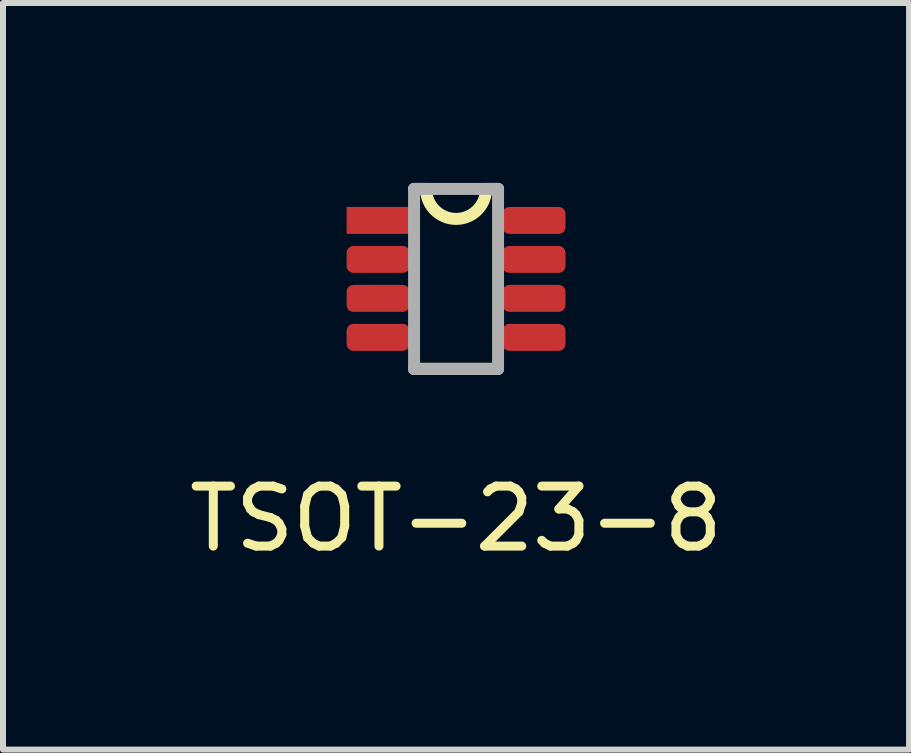
<source format=kicad_pcb>
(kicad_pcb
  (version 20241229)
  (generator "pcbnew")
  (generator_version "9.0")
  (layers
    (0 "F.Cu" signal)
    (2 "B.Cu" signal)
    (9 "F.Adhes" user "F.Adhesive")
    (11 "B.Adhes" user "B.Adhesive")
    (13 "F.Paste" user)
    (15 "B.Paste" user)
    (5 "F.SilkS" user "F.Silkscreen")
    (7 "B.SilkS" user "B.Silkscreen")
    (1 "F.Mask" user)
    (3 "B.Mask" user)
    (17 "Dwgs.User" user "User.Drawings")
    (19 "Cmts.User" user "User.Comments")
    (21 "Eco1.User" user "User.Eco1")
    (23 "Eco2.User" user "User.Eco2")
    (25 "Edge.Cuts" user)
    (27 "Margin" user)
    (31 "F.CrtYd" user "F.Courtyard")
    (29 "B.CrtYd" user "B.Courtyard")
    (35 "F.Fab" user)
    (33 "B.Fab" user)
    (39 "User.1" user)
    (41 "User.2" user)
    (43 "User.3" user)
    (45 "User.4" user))
  (footprint "TSOT-23-8"
    (layer "F.Cu")
    (at 4.554 1.6)
    (property "Reference" "TSOT-23-8" (at 0 4 0) (layer "F.SilkS") (effects (font (size 1 1) (thickness 0.15))))
    (attr through_hole)
    (fp_line (start -0.7 -1.5) (end -0.5 -1.5) (stroke (width 0.2) (type solid)) (layer "F.SilkS"))
    (fp_line (start -0.7 1.5) (end 0.7 1.5) (stroke (width 0.2) (type solid)) (layer "F.SilkS"))
    (fp_line (start 0.7 -1.5) (end 0.5 -1.5) (stroke (width 0.2) (type solid)) (layer "F.SilkS"))
    (fp_arc (start 0.5 -1.5) (mid 0 -1) (end -0.5 -1.5) (stroke (width 0.2) (type default)) (layer "F.SilkS"))
    (fp_line (start -0.7 -1.5) (end -0.7 1.5) (stroke (width 0.2) (type solid)) (layer "F.Fab"))
    (fp_line (start -0.7 -1.5) (end 0.7 -1.5) (stroke (width 0.2) (type solid)) (layer "F.Fab"))
    (fp_line (start -0.7 1.5) (end 0.7 1.5) (stroke (width 0.2) (type solid)) (layer "F.Fab"))
    (fp_line (start 0.7 -1.5) (end 0.7 1.5) (stroke (width 0.2) (type solid)) (layer "F.Fab"))
    (pad "1" smd rect (at -1.3 -0.975) (size 1.05 0.45) (layers "F.Cu" "F.Mask" "F.Paste"))
    (pad "2" smd roundrect (at -1.3 -0.325) (size 1.05 0.45) (layers "F.Cu" "F.Mask" "F.Paste") (roundrect_rratio 0.25))
    (pad "3" smd roundrect (at -1.3 0.325) (size 1.05 0.45) (layers "F.Cu" "F.Mask" "F.Paste") (roundrect_rratio 0.25))
    (pad "4" smd roundrect (at -1.3 0.975) (size 1.05 0.45) (layers "F.Cu" "F.Mask" "F.Paste") (roundrect_rratio 0.25))
    (pad "5" smd roundrect (at 1.3 0.975) (size 1.05 0.45) (layers "F.Cu" "F.Mask" "F.Paste") (roundrect_rratio 0.25))
    (pad "6" smd roundrect (at 1.3 0.325) (size 1.05 0.45) (layers "F.Cu" "F.Mask" "F.Paste") (roundrect_rratio 0.25))
    (pad "7" smd roundrect (at 1.3 -0.325) (size 1.05 0.45) (layers "F.Cu" "F.Mask" "F.Paste") (roundrect_rratio 0.25))
    (pad "8" smd roundrect (at 1.3 -0.975) (size 1.05 0.45) (layers "F.Cu" "F.Mask" "F.Paste") (roundrect_rratio 0.25)))
  (gr_rect
    (start -3 -3)
    (end 12.107 9.448)
    (stroke (width 0.1) (type default))
    (fill no)
    (layer "Edge.Cuts")))
</source>
